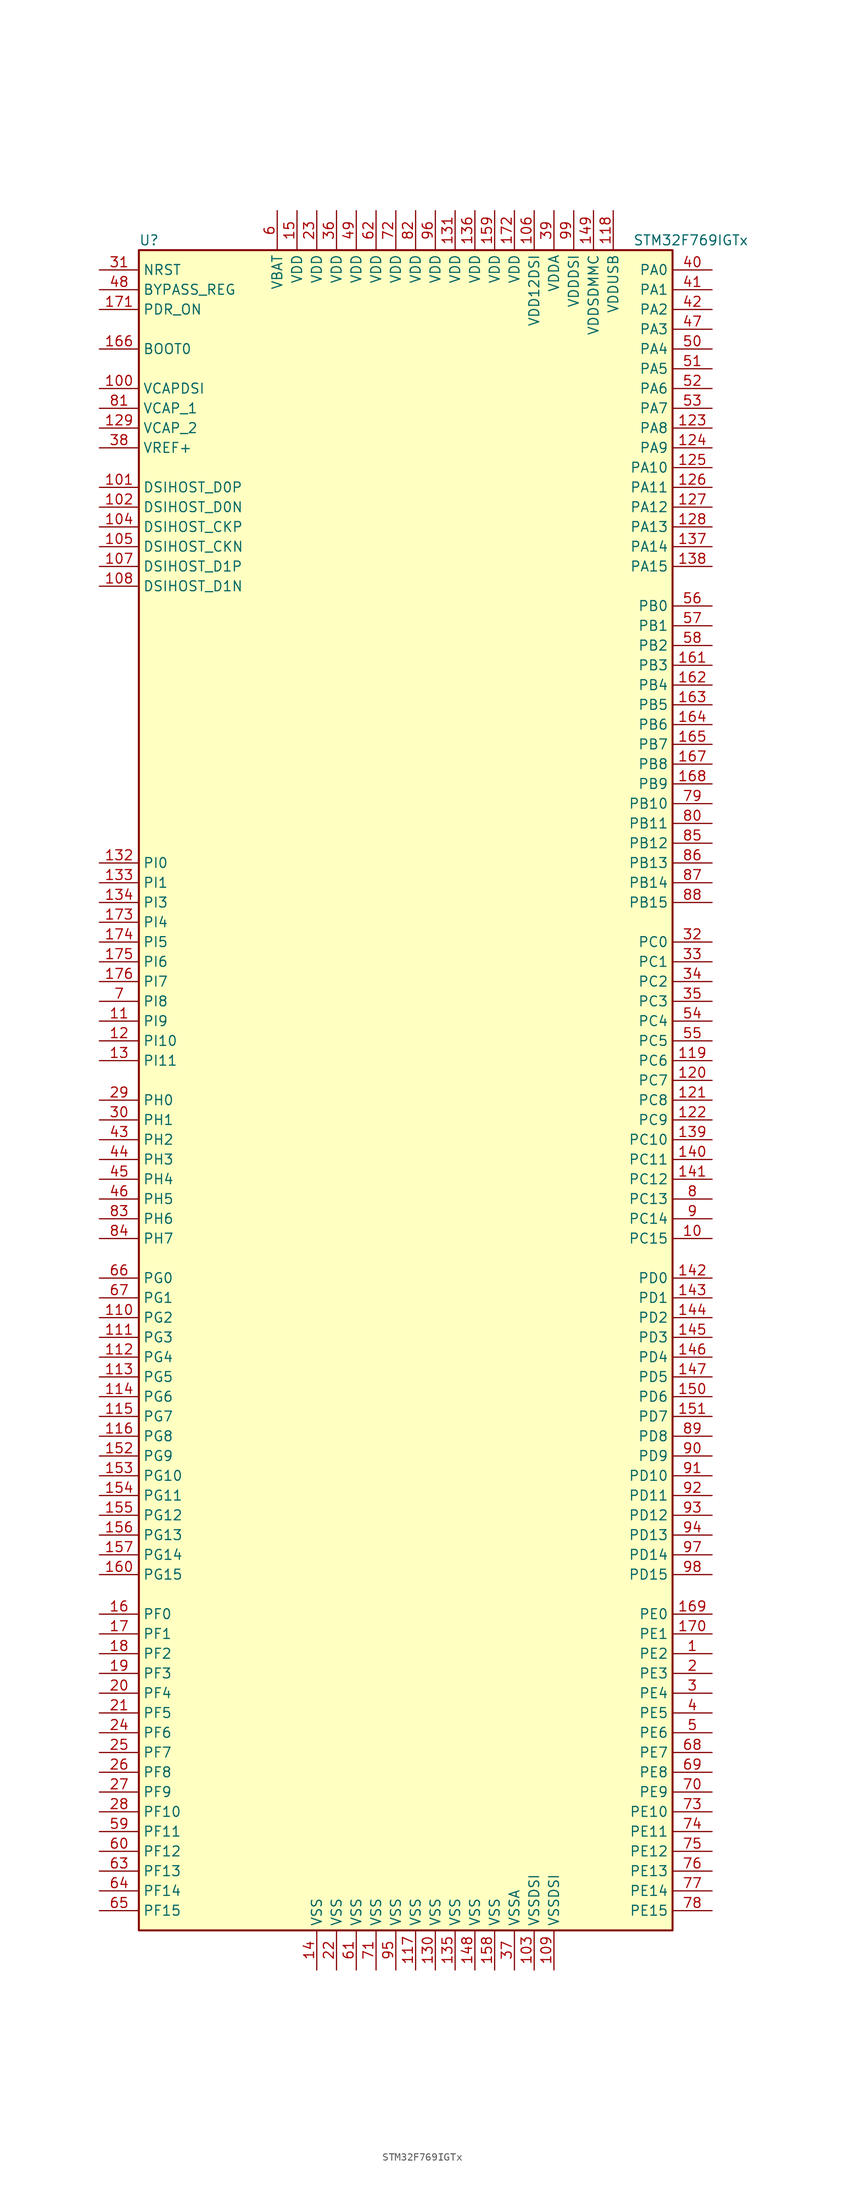
<source format=kicad_sym>
(kicad_symbol_lib
  (version 20201005)
  (generator kicad_symbol_editor)
  (symbol "STM32F769IGTx"
    (property "Reference" "U"
      (at -35.56 107.95 0)
      (effects (font (size 1.27 1.27)) (justify left)))
    (property "Value" "STM32F769IGTx"
      (at 27.94 107.95 0)
      (effects (font (size 1.27 1.27)) (justify left)))
    (symbol "STM32F769IGTx_0_1"
      (rectangle (start -35.56 -109.22) (end 33.02 106.68) (stroke (width 0.254)) (fill (type background))))
    (symbol "STM32F769IGTx_1_1"
      (pin input line (at -40.64 93.98 0) (length 5.08) (name "BOOT0" (effects (font (size 1.27 1.27)))) (number "166" (effects (font (size 1.27 1.27)))))
      (pin input line (at -40.64 101.6 0) (length 5.08) (name "BYPASS_REG" (effects (font (size 1.27 1.27)))) (number "48" (effects (font (size 1.27 1.27)))))
      (pin bidirectional line (at -40.64 68.58 0) (length 5.08) (name "DSIHOST_CKN" (effects (font (size 1.27 1.27)))) (number "105" (effects (font (size 1.27 1.27)))))
      (pin bidirectional line (at -40.64 71.12 0) (length 5.08) (name "DSIHOST_CKP" (effects (font (size 1.27 1.27)))) (number "104" (effects (font (size 1.27 1.27)))))
      (pin bidirectional line (at -40.64 73.66 0) (length 5.08) (name "DSIHOST_D0N" (effects (font (size 1.27 1.27)))) (number "102" (effects (font (size 1.27 1.27)))))
      (pin bidirectional line (at -40.64 76.2 0) (length 5.08) (name "DSIHOST_D0P" (effects (font (size 1.27 1.27)))) (number "101" (effects (font (size 1.27 1.27)))))
      (pin bidirectional line (at -40.64 63.5 0) (length 5.08) (name "DSIHOST_D1N" (effects (font (size 1.27 1.27)))) (number "108" (effects (font (size 1.27 1.27)))))
      (pin bidirectional line (at -40.64 66.04 0) (length 5.08) (name "DSIHOST_D1P" (effects (font (size 1.27 1.27)))) (number "107" (effects (font (size 1.27 1.27)))))
      (pin input line (at -40.64 104.14 0) (length 5.08) (name "NRST" (effects (font (size 1.27 1.27)))) (number "31" (effects (font (size 1.27 1.27)))))
      (pin bidirectional line (at 38.1 104.14 180) (length 5.08) (name "PA0" (effects (font (size 1.27 1.27)))) (number "40" (effects (font (size 1.27 1.27)))))
      (pin bidirectional line (at 38.1 101.6 180) (length 5.08) (name "PA1" (effects (font (size 1.27 1.27)))) (number "41" (effects (font (size 1.27 1.27)))))
      (pin bidirectional line (at 38.1 78.74 180) (length 5.08) (name "PA10" (effects (font (size 1.27 1.27)))) (number "125" (effects (font (size 1.27 1.27)))))
      (pin bidirectional line (at 38.1 76.2 180) (length 5.08) (name "PA11" (effects (font (size 1.27 1.27)))) (number "126" (effects (font (size 1.27 1.27)))))
      (pin bidirectional line (at 38.1 73.66 180) (length 5.08) (name "PA12" (effects (font (size 1.27 1.27)))) (number "127" (effects (font (size 1.27 1.27)))))
      (pin bidirectional line (at 38.1 71.12 180) (length 5.08) (name "PA13" (effects (font (size 1.27 1.27)))) (number "128" (effects (font (size 1.27 1.27)))))
      (pin bidirectional line (at 38.1 68.58 180) (length 5.08) (name "PA14" (effects (font (size 1.27 1.27)))) (number "137" (effects (font (size 1.27 1.27)))))
      (pin bidirectional line (at 38.1 66.04 180) (length 5.08) (name "PA15" (effects (font (size 1.27 1.27)))) (number "138" (effects (font (size 1.27 1.27)))))
      (pin bidirectional line (at 38.1 99.06 180) (length 5.08) (name "PA2" (effects (font (size 1.27 1.27)))) (number "42" (effects (font (size 1.27 1.27)))))
      (pin bidirectional line (at 38.1 96.52 180) (length 5.08) (name "PA3" (effects (font (size 1.27 1.27)))) (number "47" (effects (font (size 1.27 1.27)))))
      (pin bidirectional line (at 38.1 93.98 180) (length 5.08) (name "PA4" (effects (font (size 1.27 1.27)))) (number "50" (effects (font (size 1.27 1.27)))))
      (pin bidirectional line (at 38.1 91.44 180) (length 5.08) (name "PA5" (effects (font (size 1.27 1.27)))) (number "51" (effects (font (size 1.27 1.27)))))
      (pin bidirectional line (at 38.1 88.9 180) (length 5.08) (name "PA6" (effects (font (size 1.27 1.27)))) (number "52" (effects (font (size 1.27 1.27)))))
      (pin bidirectional line (at 38.1 86.36 180) (length 5.08) (name "PA7" (effects (font (size 1.27 1.27)))) (number "53" (effects (font (size 1.27 1.27)))))
      (pin bidirectional line (at 38.1 83.82 180) (length 5.08) (name "PA8" (effects (font (size 1.27 1.27)))) (number "123" (effects (font (size 1.27 1.27)))))
      (pin bidirectional line (at 38.1 81.28 180) (length 5.08) (name "PA9" (effects (font (size 1.27 1.27)))) (number "124" (effects (font (size 1.27 1.27)))))
      (pin bidirectional line (at 38.1 60.96 180) (length 5.08) (name "PB0" (effects (font (size 1.27 1.27)))) (number "56" (effects (font (size 1.27 1.27)))))
      (pin bidirectional line (at 38.1 58.42 180) (length 5.08) (name "PB1" (effects (font (size 1.27 1.27)))) (number "57" (effects (font (size 1.27 1.27)))))
      (pin bidirectional line (at 38.1 35.56 180) (length 5.08) (name "PB10" (effects (font (size 1.27 1.27)))) (number "79" (effects (font (size 1.27 1.27)))))
      (pin bidirectional line (at 38.1 33.02 180) (length 5.08) (name "PB11" (effects (font (size 1.27 1.27)))) (number "80" (effects (font (size 1.27 1.27)))))
      (pin bidirectional line (at 38.1 30.48 180) (length 5.08) (name "PB12" (effects (font (size 1.27 1.27)))) (number "85" (effects (font (size 1.27 1.27)))))
      (pin bidirectional line (at 38.1 27.94 180) (length 5.08) (name "PB13" (effects (font (size 1.27 1.27)))) (number "86" (effects (font (size 1.27 1.27)))))
      (pin bidirectional line (at 38.1 25.4 180) (length 5.08) (name "PB14" (effects (font (size 1.27 1.27)))) (number "87" (effects (font (size 1.27 1.27)))))
      (pin bidirectional line (at 38.1 22.86 180) (length 5.08) (name "PB15" (effects (font (size 1.27 1.27)))) (number "88" (effects (font (size 1.27 1.27)))))
      (pin bidirectional line (at 38.1 55.88 180) (length 5.08) (name "PB2" (effects (font (size 1.27 1.27)))) (number "58" (effects (font (size 1.27 1.27)))))
      (pin bidirectional line (at 38.1 53.34 180) (length 5.08) (name "PB3" (effects (font (size 1.27 1.27)))) (number "161" (effects (font (size 1.27 1.27)))))
      (pin bidirectional line (at 38.1 50.8 180) (length 5.08) (name "PB4" (effects (font (size 1.27 1.27)))) (number "162" (effects (font (size 1.27 1.27)))))
      (pin bidirectional line (at 38.1 48.26 180) (length 5.08) (name "PB5" (effects (font (size 1.27 1.27)))) (number "163" (effects (font (size 1.27 1.27)))))
      (pin bidirectional line (at 38.1 45.72 180) (length 5.08) (name "PB6" (effects (font (size 1.27 1.27)))) (number "164" (effects (font (size 1.27 1.27)))))
      (pin bidirectional line (at 38.1 43.18 180) (length 5.08) (name "PB7" (effects (font (size 1.27 1.27)))) (number "165" (effects (font (size 1.27 1.27)))))
      (pin bidirectional line (at 38.1 40.64 180) (length 5.08) (name "PB8" (effects (font (size 1.27 1.27)))) (number "167" (effects (font (size 1.27 1.27)))))
      (pin bidirectional line (at 38.1 38.1 180) (length 5.08) (name "PB9" (effects (font (size 1.27 1.27)))) (number "168" (effects (font (size 1.27 1.27)))))
      (pin bidirectional line (at 38.1 17.78 180) (length 5.08) (name "PC0" (effects (font (size 1.27 1.27)))) (number "32" (effects (font (size 1.27 1.27)))))
      (pin bidirectional line (at 38.1 15.24 180) (length 5.08) (name "PC1" (effects (font (size 1.27 1.27)))) (number "33" (effects (font (size 1.27 1.27)))))
      (pin bidirectional line (at 38.1 -7.62 180) (length 5.08) (name "PC10" (effects (font (size 1.27 1.27)))) (number "139" (effects (font (size 1.27 1.27)))))
      (pin bidirectional line (at 38.1 -10.16 180) (length 5.08) (name "PC11" (effects (font (size 1.27 1.27)))) (number "140" (effects (font (size 1.27 1.27)))))
      (pin bidirectional line (at 38.1 -12.7 180) (length 5.08) (name "PC12" (effects (font (size 1.27 1.27)))) (number "141" (effects (font (size 1.27 1.27)))))
      (pin bidirectional line (at 38.1 -15.24 180) (length 5.08) (name "PC13" (effects (font (size 1.27 1.27)))) (number "8" (effects (font (size 1.27 1.27)))))
      (pin bidirectional line (at 38.1 -17.78 180) (length 5.08) (name "PC14" (effects (font (size 1.27 1.27)))) (number "9" (effects (font (size 1.27 1.27)))))
      (pin bidirectional line (at 38.1 -20.32 180) (length 5.08) (name "PC15" (effects (font (size 1.27 1.27)))) (number "10" (effects (font (size 1.27 1.27)))))
      (pin bidirectional line (at 38.1 12.7 180) (length 5.08) (name "PC2" (effects (font (size 1.27 1.27)))) (number "34" (effects (font (size 1.27 1.27)))))
      (pin bidirectional line (at 38.1 10.16 180) (length 5.08) (name "PC3" (effects (font (size 1.27 1.27)))) (number "35" (effects (font (size 1.27 1.27)))))
      (pin bidirectional line (at 38.1 7.62 180) (length 5.08) (name "PC4" (effects (font (size 1.27 1.27)))) (number "54" (effects (font (size 1.27 1.27)))))
      (pin bidirectional line (at 38.1 5.08 180) (length 5.08) (name "PC5" (effects (font (size 1.27 1.27)))) (number "55" (effects (font (size 1.27 1.27)))))
      (pin bidirectional line (at 38.1 2.54 180) (length 5.08) (name "PC6" (effects (font (size 1.27 1.27)))) (number "119" (effects (font (size 1.27 1.27)))))
      (pin bidirectional line (at 38.1 0 180) (length 5.08) (name "PC7" (effects (font (size 1.27 1.27)))) (number "120" (effects (font (size 1.27 1.27)))))
      (pin bidirectional line (at 38.1 -2.54 180) (length 5.08) (name "PC8" (effects (font (size 1.27 1.27)))) (number "121" (effects (font (size 1.27 1.27)))))
      (pin bidirectional line (at 38.1 -5.08 180) (length 5.08) (name "PC9" (effects (font (size 1.27 1.27)))) (number "122" (effects (font (size 1.27 1.27)))))
      (pin bidirectional line (at 38.1 -25.4 180) (length 5.08) (name "PD0" (effects (font (size 1.27 1.27)))) (number "142" (effects (font (size 1.27 1.27)))))
      (pin bidirectional line (at 38.1 -27.94 180) (length 5.08) (name "PD1" (effects (font (size 1.27 1.27)))) (number "143" (effects (font (size 1.27 1.27)))))
      (pin bidirectional line (at 38.1 -50.8 180) (length 5.08) (name "PD10" (effects (font (size 1.27 1.27)))) (number "91" (effects (font (size 1.27 1.27)))))
      (pin bidirectional line (at 38.1 -53.34 180) (length 5.08) (name "PD11" (effects (font (size 1.27 1.27)))) (number "92" (effects (font (size 1.27 1.27)))))
      (pin bidirectional line (at 38.1 -55.88 180) (length 5.08) (name "PD12" (effects (font (size 1.27 1.27)))) (number "93" (effects (font (size 1.27 1.27)))))
      (pin bidirectional line (at 38.1 -58.42 180) (length 5.08) (name "PD13" (effects (font (size 1.27 1.27)))) (number "94" (effects (font (size 1.27 1.27)))))
      (pin bidirectional line (at 38.1 -60.96 180) (length 5.08) (name "PD14" (effects (font (size 1.27 1.27)))) (number "97" (effects (font (size 1.27 1.27)))))
      (pin bidirectional line (at 38.1 -63.5 180) (length 5.08) (name "PD15" (effects (font (size 1.27 1.27)))) (number "98" (effects (font (size 1.27 1.27)))))
      (pin bidirectional line (at 38.1 -30.48 180) (length 5.08) (name "PD2" (effects (font (size 1.27 1.27)))) (number "144" (effects (font (size 1.27 1.27)))))
      (pin bidirectional line (at 38.1 -33.02 180) (length 5.08) (name "PD3" (effects (font (size 1.27 1.27)))) (number "145" (effects (font (size 1.27 1.27)))))
      (pin bidirectional line (at 38.1 -35.56 180) (length 5.08) (name "PD4" (effects (font (size 1.27 1.27)))) (number "146" (effects (font (size 1.27 1.27)))))
      (pin bidirectional line (at 38.1 -38.1 180) (length 5.08) (name "PD5" (effects (font (size 1.27 1.27)))) (number "147" (effects (font (size 1.27 1.27)))))
      (pin bidirectional line (at 38.1 -40.64 180) (length 5.08) (name "PD6" (effects (font (size 1.27 1.27)))) (number "150" (effects (font (size 1.27 1.27)))))
      (pin bidirectional line (at 38.1 -43.18 180) (length 5.08) (name "PD7" (effects (font (size 1.27 1.27)))) (number "151" (effects (font (size 1.27 1.27)))))
      (pin bidirectional line (at 38.1 -45.72 180) (length 5.08) (name "PD8" (effects (font (size 1.27 1.27)))) (number "89" (effects (font (size 1.27 1.27)))))
      (pin bidirectional line (at 38.1 -48.26 180) (length 5.08) (name "PD9" (effects (font (size 1.27 1.27)))) (number "90" (effects (font (size 1.27 1.27)))))
      (pin input line (at -40.64 99.06 0) (length 5.08) (name "PDR_ON" (effects (font (size 1.27 1.27)))) (number "171" (effects (font (size 1.27 1.27)))))
      (pin bidirectional line (at 38.1 -68.58 180) (length 5.08) (name "PE0" (effects (font (size 1.27 1.27)))) (number "169" (effects (font (size 1.27 1.27)))))
      (pin bidirectional line (at 38.1 -71.12 180) (length 5.08) (name "PE1" (effects (font (size 1.27 1.27)))) (number "170" (effects (font (size 1.27 1.27)))))
      (pin bidirectional line (at 38.1 -93.98 180) (length 5.08) (name "PE10" (effects (font (size 1.27 1.27)))) (number "73" (effects (font (size 1.27 1.27)))))
      (pin bidirectional line (at 38.1 -96.52 180) (length 5.08) (name "PE11" (effects (font (size 1.27 1.27)))) (number "74" (effects (font (size 1.27 1.27)))))
      (pin bidirectional line (at 38.1 -99.06 180) (length 5.08) (name "PE12" (effects (font (size 1.27 1.27)))) (number "75" (effects (font (size 1.27 1.27)))))
      (pin bidirectional line (at 38.1 -101.6 180) (length 5.08) (name "PE13" (effects (font (size 1.27 1.27)))) (number "76" (effects (font (size 1.27 1.27)))))
      (pin bidirectional line (at 38.1 -104.14 180) (length 5.08) (name "PE14" (effects (font (size 1.27 1.27)))) (number "77" (effects (font (size 1.27 1.27)))))
      (pin bidirectional line (at 38.1 -106.68 180) (length 5.08) (name "PE15" (effects (font (size 1.27 1.27)))) (number "78" (effects (font (size 1.27 1.27)))))
      (pin bidirectional line (at 38.1 -73.66 180) (length 5.08) (name "PE2" (effects (font (size 1.27 1.27)))) (number "1" (effects (font (size 1.27 1.27)))))
      (pin bidirectional line (at 38.1 -76.2 180) (length 5.08) (name "PE3" (effects (font (size 1.27 1.27)))) (number "2" (effects (font (size 1.27 1.27)))))
      (pin bidirectional line (at 38.1 -78.74 180) (length 5.08) (name "PE4" (effects (font (size 1.27 1.27)))) (number "3" (effects (font (size 1.27 1.27)))))
      (pin bidirectional line (at 38.1 -81.28 180) (length 5.08) (name "PE5" (effects (font (size 1.27 1.27)))) (number "4" (effects (font (size 1.27 1.27)))))
      (pin bidirectional line (at 38.1 -83.82 180) (length 5.08) (name "PE6" (effects (font (size 1.27 1.27)))) (number "5" (effects (font (size 1.27 1.27)))))
      (pin bidirectional line (at 38.1 -86.36 180) (length 5.08) (name "PE7" (effects (font (size 1.27 1.27)))) (number "68" (effects (font (size 1.27 1.27)))))
      (pin bidirectional line (at 38.1 -88.9 180) (length 5.08) (name "PE8" (effects (font (size 1.27 1.27)))) (number "69" (effects (font (size 1.27 1.27)))))
      (pin bidirectional line (at 38.1 -91.44 180) (length 5.08) (name "PE9" (effects (font (size 1.27 1.27)))) (number "70" (effects (font (size 1.27 1.27)))))
      (pin bidirectional line (at -40.64 -68.58 0) (length 5.08) (name "PF0" (effects (font (size 1.27 1.27)))) (number "16" (effects (font (size 1.27 1.27)))))
      (pin bidirectional line (at -40.64 -71.12 0) (length 5.08) (name "PF1" (effects (font (size 1.27 1.27)))) (number "17" (effects (font (size 1.27 1.27)))))
      (pin bidirectional line (at -40.64 -93.98 0) (length 5.08) (name "PF10" (effects (font (size 1.27 1.27)))) (number "28" (effects (font (size 1.27 1.27)))))
      (pin bidirectional line (at -40.64 -96.52 0) (length 5.08) (name "PF11" (effects (font (size 1.27 1.27)))) (number "59" (effects (font (size 1.27 1.27)))))
      (pin bidirectional line (at -40.64 -99.06 0) (length 5.08) (name "PF12" (effects (font (size 1.27 1.27)))) (number "60" (effects (font (size 1.27 1.27)))))
      (pin bidirectional line (at -40.64 -101.6 0) (length 5.08) (name "PF13" (effects (font (size 1.27 1.27)))) (number "63" (effects (font (size 1.27 1.27)))))
      (pin bidirectional line (at -40.64 -104.14 0) (length 5.08) (name "PF14" (effects (font (size 1.27 1.27)))) (number "64" (effects (font (size 1.27 1.27)))))
      (pin bidirectional line (at -40.64 -106.68 0) (length 5.08) (name "PF15" (effects (font (size 1.27 1.27)))) (number "65" (effects (font (size 1.27 1.27)))))
      (pin bidirectional line (at -40.64 -73.66 0) (length 5.08) (name "PF2" (effects (font (size 1.27 1.27)))) (number "18" (effects (font (size 1.27 1.27)))))
      (pin bidirectional line (at -40.64 -76.2 0) (length 5.08) (name "PF3" (effects (font (size 1.27 1.27)))) (number "19" (effects (font (size 1.27 1.27)))))
      (pin bidirectional line (at -40.64 -78.74 0) (length 5.08) (name "PF4" (effects (font (size 1.27 1.27)))) (number "20" (effects (font (size 1.27 1.27)))))
      (pin bidirectional line (at -40.64 -81.28 0) (length 5.08) (name "PF5" (effects (font (size 1.27 1.27)))) (number "21" (effects (font (size 1.27 1.27)))))
      (pin bidirectional line (at -40.64 -83.82 0) (length 5.08) (name "PF6" (effects (font (size 1.27 1.27)))) (number "24" (effects (font (size 1.27 1.27)))))
      (pin bidirectional line (at -40.64 -86.36 0) (length 5.08) (name "PF7" (effects (font (size 1.27 1.27)))) (number "25" (effects (font (size 1.27 1.27)))))
      (pin bidirectional line (at -40.64 -88.9 0) (length 5.08) (name "PF8" (effects (font (size 1.27 1.27)))) (number "26" (effects (font (size 1.27 1.27)))))
      (pin bidirectional line (at -40.64 -91.44 0) (length 5.08) (name "PF9" (effects (font (size 1.27 1.27)))) (number "27" (effects (font (size 1.27 1.27)))))
      (pin bidirectional line (at -40.64 -25.4 0) (length 5.08) (name "PG0" (effects (font (size 1.27 1.27)))) (number "66" (effects (font (size 1.27 1.27)))))
      (pin bidirectional line (at -40.64 -27.94 0) (length 5.08) (name "PG1" (effects (font (size 1.27 1.27)))) (number "67" (effects (font (size 1.27 1.27)))))
      (pin bidirectional line (at -40.64 -50.8 0) (length 5.08) (name "PG10" (effects (font (size 1.27 1.27)))) (number "153" (effects (font (size 1.27 1.27)))))
      (pin bidirectional line (at -40.64 -53.34 0) (length 5.08) (name "PG11" (effects (font (size 1.27 1.27)))) (number "154" (effects (font (size 1.27 1.27)))))
      (pin bidirectional line (at -40.64 -55.88 0) (length 5.08) (name "PG12" (effects (font (size 1.27 1.27)))) (number "155" (effects (font (size 1.27 1.27)))))
      (pin bidirectional line (at -40.64 -58.42 0) (length 5.08) (name "PG13" (effects (font (size 1.27 1.27)))) (number "156" (effects (font (size 1.27 1.27)))))
      (pin bidirectional line (at -40.64 -60.96 0) (length 5.08) (name "PG14" (effects (font (size 1.27 1.27)))) (number "157" (effects (font (size 1.27 1.27)))))
      (pin bidirectional line (at -40.64 -63.5 0) (length 5.08) (name "PG15" (effects (font (size 1.27 1.27)))) (number "160" (effects (font (size 1.27 1.27)))))
      (pin bidirectional line (at -40.64 -30.48 0) (length 5.08) (name "PG2" (effects (font (size 1.27 1.27)))) (number "110" (effects (font (size 1.27 1.27)))))
      (pin bidirectional line (at -40.64 -33.02 0) (length 5.08) (name "PG3" (effects (font (size 1.27 1.27)))) (number "111" (effects (font (size 1.27 1.27)))))
      (pin bidirectional line (at -40.64 -35.56 0) (length 5.08) (name "PG4" (effects (font (size 1.27 1.27)))) (number "112" (effects (font (size 1.27 1.27)))))
      (pin bidirectional line (at -40.64 -38.1 0) (length 5.08) (name "PG5" (effects (font (size 1.27 1.27)))) (number "113" (effects (font (size 1.27 1.27)))))
      (pin bidirectional line (at -40.64 -40.64 0) (length 5.08) (name "PG6" (effects (font (size 1.27 1.27)))) (number "114" (effects (font (size 1.27 1.27)))))
      (pin bidirectional line (at -40.64 -43.18 0) (length 5.08) (name "PG7" (effects (font (size 1.27 1.27)))) (number "115" (effects (font (size 1.27 1.27)))))
      (pin bidirectional line (at -40.64 -45.72 0) (length 5.08) (name "PG8" (effects (font (size 1.27 1.27)))) (number "116" (effects (font (size 1.27 1.27)))))
      (pin bidirectional line (at -40.64 -48.26 0) (length 5.08) (name "PG9" (effects (font (size 1.27 1.27)))) (number "152" (effects (font (size 1.27 1.27)))))
      (pin input line (at -40.64 -2.54 0) (length 5.08) (name "PH0" (effects (font (size 1.27 1.27)))) (number "29" (effects (font (size 1.27 1.27)))))
      (pin input line (at -40.64 -5.08 0) (length 5.08) (name "PH1" (effects (font (size 1.27 1.27)))) (number "30" (effects (font (size 1.27 1.27)))))
      (pin bidirectional line (at -40.64 -7.62 0) (length 5.08) (name "PH2" (effects (font (size 1.27 1.27)))) (number "43" (effects (font (size 1.27 1.27)))))
      (pin bidirectional line (at -40.64 -10.16 0) (length 5.08) (name "PH3" (effects (font (size 1.27 1.27)))) (number "44" (effects (font (size 1.27 1.27)))))
      (pin bidirectional line (at -40.64 -12.7 0) (length 5.08) (name "PH4" (effects (font (size 1.27 1.27)))) (number "45" (effects (font (size 1.27 1.27)))))
      (pin bidirectional line (at -40.64 -15.24 0) (length 5.08) (name "PH5" (effects (font (size 1.27 1.27)))) (number "46" (effects (font (size 1.27 1.27)))))
      (pin bidirectional line (at -40.64 -17.78 0) (length 5.08) (name "PH6" (effects (font (size 1.27 1.27)))) (number "83" (effects (font (size 1.27 1.27)))))
      (pin bidirectional line (at -40.64 -20.32 0) (length 5.08) (name "PH7" (effects (font (size 1.27 1.27)))) (number "84" (effects (font (size 1.27 1.27)))))
      (pin bidirectional line (at -40.64 27.94 0) (length 5.08) (name "PI0" (effects (font (size 1.27 1.27)))) (number "132" (effects (font (size 1.27 1.27)))))
      (pin bidirectional line (at -40.64 25.4 0) (length 5.08) (name "PI1" (effects (font (size 1.27 1.27)))) (number "133" (effects (font (size 1.27 1.27)))))
      (pin bidirectional line (at -40.64 5.08 0) (length 5.08) (name "PI10" (effects (font (size 1.27 1.27)))) (number "12" (effects (font (size 1.27 1.27)))))
      (pin bidirectional line (at -40.64 2.54 0) (length 5.08) (name "PI11" (effects (font (size 1.27 1.27)))) (number "13" (effects (font (size 1.27 1.27)))))
      (pin bidirectional line (at -40.64 22.86 0) (length 5.08) (name "PI3" (effects (font (size 1.27 1.27)))) (number "134" (effects (font (size 1.27 1.27)))))
      (pin bidirectional line (at -40.64 20.32 0) (length 5.08) (name "PI4" (effects (font (size 1.27 1.27)))) (number "173" (effects (font (size 1.27 1.27)))))
      (pin bidirectional line (at -40.64 17.78 0) (length 5.08) (name "PI5" (effects (font (size 1.27 1.27)))) (number "174" (effects (font (size 1.27 1.27)))))
      (pin bidirectional line (at -40.64 15.24 0) (length 5.08) (name "PI6" (effects (font (size 1.27 1.27)))) (number "175" (effects (font (size 1.27 1.27)))))
      (pin bidirectional line (at -40.64 12.7 0) (length 5.08) (name "PI7" (effects (font (size 1.27 1.27)))) (number "176" (effects (font (size 1.27 1.27)))))
      (pin bidirectional line (at -40.64 10.16 0) (length 5.08) (name "PI8" (effects (font (size 1.27 1.27)))) (number "7" (effects (font (size 1.27 1.27)))))
      (pin bidirectional line (at -40.64 7.62 0) (length 5.08) (name "PI9" (effects (font (size 1.27 1.27)))) (number "11" (effects (font (size 1.27 1.27)))))
      (pin power_in line (at -17.78 111.76 270) (length 5.08) (name "VBAT" (effects (font (size 1.27 1.27)))) (number "6" (effects (font (size 1.27 1.27)))))
      (pin power_in line (at -40.64 88.9 0) (length 5.08) (name "VCAPDSI" (effects (font (size 1.27 1.27)))) (number "100" (effects (font (size 1.27 1.27)))))
      (pin power_in line (at -40.64 86.36 0) (length 5.08) (name "VCAP_1" (effects (font (size 1.27 1.27)))) (number "81" (effects (font (size 1.27 1.27)))))
      (pin power_in line (at -40.64 83.82 0) (length 5.08) (name "VCAP_2" (effects (font (size 1.27 1.27)))) (number "129" (effects (font (size 1.27 1.27)))))
      (pin power_in line (at 5.08 111.76 270) (length 5.08) (name "VDD" (effects (font (size 1.27 1.27)))) (number "131" (effects (font (size 1.27 1.27)))))
      (pin power_in line (at 7.62 111.76 270) (length 5.08) (name "VDD" (effects (font (size 1.27 1.27)))) (number "136" (effects (font (size 1.27 1.27)))))
      (pin power_in line (at -15.24 111.76 270) (length 5.08) (name "VDD" (effects (font (size 1.27 1.27)))) (number "15" (effects (font (size 1.27 1.27)))))
      (pin power_in line (at 10.16 111.76 270) (length 5.08) (name "VDD" (effects (font (size 1.27 1.27)))) (number "159" (effects (font (size 1.27 1.27)))))
      (pin power_in line (at 12.7 111.76 270) (length 5.08) (name "VDD" (effects (font (size 1.27 1.27)))) (number "172" (effects (font (size 1.27 1.27)))))
      (pin power_in line (at -12.7 111.76 270) (length 5.08) (name "VDD" (effects (font (size 1.27 1.27)))) (number "23" (effects (font (size 1.27 1.27)))))
      (pin power_in line (at -10.16 111.76 270) (length 5.08) (name "VDD" (effects (font (size 1.27 1.27)))) (number "36" (effects (font (size 1.27 1.27)))))
      (pin power_in line (at -7.62 111.76 270) (length 5.08) (name "VDD" (effects (font (size 1.27 1.27)))) (number "49" (effects (font (size 1.27 1.27)))))
      (pin power_in line (at -5.08 111.76 270) (length 5.08) (name "VDD" (effects (font (size 1.27 1.27)))) (number "62" (effects (font (size 1.27 1.27)))))
      (pin power_in line (at -2.54 111.76 270) (length 5.08) (name "VDD" (effects (font (size 1.27 1.27)))) (number "72" (effects (font (size 1.27 1.27)))))
      (pin power_in line (at 0 111.76 270) (length 5.08) (name "VDD" (effects (font (size 1.27 1.27)))) (number "82" (effects (font (size 1.27 1.27)))))
      (pin power_in line (at 2.54 111.76 270) (length 5.08) (name "VDD" (effects (font (size 1.27 1.27)))) (number "96" (effects (font (size 1.27 1.27)))))
      (pin power_in line (at 15.24 111.76 270) (length 5.08) (name "VDD12DSI" (effects (font (size 1.27 1.27)))) (number "106" (effects (font (size 1.27 1.27)))))
      (pin power_in line (at 17.78 111.76 270) (length 5.08) (name "VDDA" (effects (font (size 1.27 1.27)))) (number "39" (effects (font (size 1.27 1.27)))))
      (pin power_in line (at 20.32 111.76 270) (length 5.08) (name "VDDDSI" (effects (font (size 1.27 1.27)))) (number "99" (effects (font (size 1.27 1.27)))))
      (pin power_in line (at 22.86 111.76 270) (length 5.08) (name "VDDSDMMC" (effects (font (size 1.27 1.27)))) (number "149" (effects (font (size 1.27 1.27)))))
      (pin power_in line (at 25.4 111.76 270) (length 5.08) (name "VDDUSB" (effects (font (size 1.27 1.27)))) (number "118" (effects (font (size 1.27 1.27)))))
      (pin power_in line (at -40.64 81.28 0) (length 5.08) (name "VREF+" (effects (font (size 1.27 1.27)))) (number "38" (effects (font (size 1.27 1.27)))))
      (pin power_in line (at 0 -114.3 90) (length 5.08) (name "VSS" (effects (font (size 1.27 1.27)))) (number "117" (effects (font (size 1.27 1.27)))))
      (pin power_in line (at 2.54 -114.3 90) (length 5.08) (name "VSS" (effects (font (size 1.27 1.27)))) (number "130" (effects (font (size 1.27 1.27)))))
      (pin power_in line (at 5.08 -114.3 90) (length 5.08) (name "VSS" (effects (font (size 1.27 1.27)))) (number "135" (effects (font (size 1.27 1.27)))))
      (pin power_in line (at -12.7 -114.3 90) (length 5.08) (name "VSS" (effects (font (size 1.27 1.27)))) (number "14" (effects (font (size 1.27 1.27)))))
      (pin power_in line (at 7.62 -114.3 90) (length 5.08) (name "VSS" (effects (font (size 1.27 1.27)))) (number "148" (effects (font (size 1.27 1.27)))))
      (pin power_in line (at 10.16 -114.3 90) (length 5.08) (name "VSS" (effects (font (size 1.27 1.27)))) (number "158" (effects (font (size 1.27 1.27)))))
      (pin power_in line (at -10.16 -114.3 90) (length 5.08) (name "VSS" (effects (font (size 1.27 1.27)))) (number "22" (effects (font (size 1.27 1.27)))))
      (pin power_in line (at -7.62 -114.3 90) (length 5.08) (name "VSS" (effects (font (size 1.27 1.27)))) (number "61" (effects (font (size 1.27 1.27)))))
      (pin power_in line (at -5.08 -114.3 90) (length 5.08) (name "VSS" (effects (font (size 1.27 1.27)))) (number "71" (effects (font (size 1.27 1.27)))))
      (pin power_in line (at -2.54 -114.3 90) (length 5.08) (name "VSS" (effects (font (size 1.27 1.27)))) (number "95" (effects (font (size 1.27 1.27)))))
      (pin power_in line (at 12.7 -114.3 90) (length 5.08) (name "VSSA" (effects (font (size 1.27 1.27)))) (number "37" (effects (font (size 1.27 1.27)))))
      (pin power_in line (at 15.24 -114.3 90) (length 5.08) (name "VSSDSI" (effects (font (size 1.27 1.27)))) (number "103" (effects (font (size 1.27 1.27)))))
      (pin power_in line (at 17.78 -114.3 90) (length 5.08) (name "VSSDSI" (effects (font (size 1.27 1.27)))) (number "109" (effects (font (size 1.27 1.27))))))))
</source>
